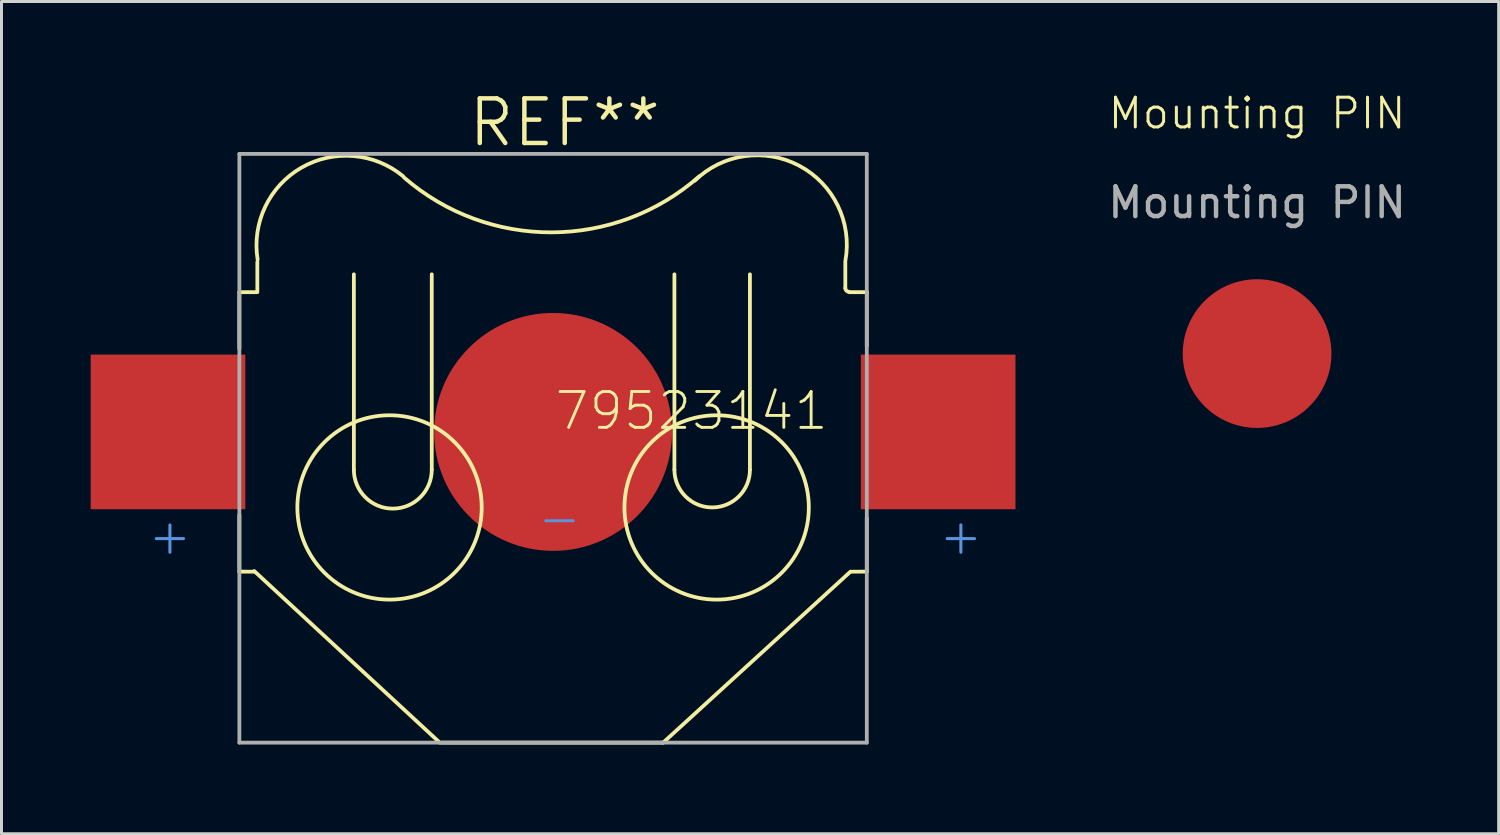
<source format=kicad_pcb>
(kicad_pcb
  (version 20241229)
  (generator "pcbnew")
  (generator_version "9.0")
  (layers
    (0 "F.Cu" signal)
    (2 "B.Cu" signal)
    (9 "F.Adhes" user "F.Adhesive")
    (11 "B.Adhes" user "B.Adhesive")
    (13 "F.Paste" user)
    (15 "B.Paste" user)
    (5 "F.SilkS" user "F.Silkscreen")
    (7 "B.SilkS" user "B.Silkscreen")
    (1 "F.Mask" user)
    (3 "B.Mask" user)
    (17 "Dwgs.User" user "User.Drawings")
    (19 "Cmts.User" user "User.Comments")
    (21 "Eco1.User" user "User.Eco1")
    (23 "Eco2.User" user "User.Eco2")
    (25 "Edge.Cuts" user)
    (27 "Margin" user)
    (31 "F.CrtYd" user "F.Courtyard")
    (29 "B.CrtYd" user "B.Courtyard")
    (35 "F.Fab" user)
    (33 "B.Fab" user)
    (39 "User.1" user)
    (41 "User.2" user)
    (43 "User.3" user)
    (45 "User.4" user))
  (footprint "79523141"
    (layer "F.Cu")
    (at 15.55 11.475)
    (property "Reference" "79523141" (at 0 0 0) (layer "F.SilkS") (effects (font (size 1.206 1.206) (thickness 0.097)) (justify left bottom)))
    (attr through_hole)
    (fp_line (start -10.55 -4.699) (end -10.55 -2.792) (stroke (width 0.127) (type solid)) (layer "F.SilkS"))
    (fp_line (start -10.55 -4.699) (end -9.95 -4.7) (stroke (width 0.127) (type solid)) (layer "F.SilkS"))
    (fp_line (start -10.55 4.699) (end -10.55 2.792) (stroke (width 0.127) (type solid)) (layer "F.SilkS"))
    (fp_line (start -10.55 4.699) (end -10.05 4.7) (stroke (width 0.127) (type solid)) (layer "F.SilkS"))
    (fp_line (start -10.05 4.68) (end -3.81 10.45) (stroke (width 0.127) (type solid)) (layer "F.SilkS"))
    (fp_line (start -9.946 -4.715) (end -9.946 -5.717) (stroke (width 0.127) (type solid)) (layer "F.SilkS"))
    (fp_line (start -6.7 1.27) (end -6.7 -5.3) (stroke (width 0.127) (type solid)) (layer "F.SilkS"))
    (fp_line (start -4.08 1.27) (end -4.08 -5.3) (stroke (width 0.127) (type solid)) (layer "F.SilkS"))
    (fp_line (start -3.75 10.45) (end 3.7 10.45) (stroke (width 0.127) (type solid)) (layer "F.SilkS"))
    (fp_line (start 4.08 1.27) (end 4.08 -5.3) (stroke (width 0.127) (type solid)) (layer "F.SilkS"))
    (fp_line (start 6.62 1.27) (end 6.62 -5.3) (stroke (width 0.127) (type solid)) (layer "F.SilkS"))
    (fp_line (start 9.828 -4.832) (end 9.828 -5.717) (stroke (width 0.127) (type solid)) (layer "F.SilkS"))
    (fp_line (start 9.95 -4.7) (end 10.55 -4.699) (stroke (width 0.127) (type solid)) (layer "F.SilkS"))
    (fp_line (start 10 4.7) (end 3.7 10.45) (stroke (width 0.127) (type solid)) (layer "F.SilkS"))
    (fp_line (start 10.05 4.7) (end 10.55 4.699) (stroke (width 0.127) (type solid)) (layer "F.SilkS"))
    (fp_line (start 10.55 -4.699) (end 10.55 -2.892) (stroke (width 0.127) (type solid)) (layer "F.SilkS"))
    (fp_line (start 10.55 4.699) (end 10.55 2.892) (stroke (width 0.127) (type solid)) (layer "F.SilkS"))
    (fp_arc (start -9.93574 -5.79259) (mid -8.462136 -8.887852) (end -5.046098 -8.60003) (stroke (width 0.127) (type solid)) (layer "F.SilkS"))
    (fp_arc (start -4.08 1.27) (mid -5.39 2.58) (end -6.7 1.27) (stroke (width 0.127) (type solid)) (layer "F.SilkS"))
    (fp_arc (start 4.764829 -8.448717) (mid 8.276572 -8.952918) (end 9.83199 -5.764309) (stroke (width 0.127) (type solid)) (layer "F.SilkS"))
    (fp_arc (start 4.91295 -8.592179) (mid -0.044127 -6.710445) (end -5.014309 -8.55729) (stroke (width 0.127) (type solid)) (layer "F.SilkS"))
    (fp_arc (start 6.62 1.27) (mid 5.35 2.54) (end 4.08 1.27) (stroke (width 0.127) (type solid)) (layer "F.SilkS"))
    (fp_arc (start 9.94619 -4.71475) (mid 9.862964 -4.749224) (end 9.82849 -4.83245) (stroke (width 0.127) (type solid)) (layer "F.SilkS"))
    (fp_circle (center -5.5 2.54) (end -2.4 2.54) (stroke (width 0.127) (type solid)) (fill no) (layer "F.SilkS"))
    (fp_circle (center 5.5 2.54) (end 8.6 2.54) (stroke (width 0.127) (type solid)) (fill no) (layer "F.SilkS"))
    (fp_line (start -10.55 -9.35) (end 10.55 -9.35) (stroke (width 0.127) (type solid)) (layer "F.Fab"))
    (fp_line (start -10.55 10.45) (end -10.55 -9.35) (stroke (width 0.127) (type solid)) (layer "F.Fab"))
    (fp_line (start 10.55 -9.35) (end 10.55 10.45) (stroke (width 0.127) (type solid)) (layer "F.Fab"))
    (fp_line (start 10.55 10.45) (end -10.55 10.45) (stroke (width 0.127) (type solid)) (layer "F.Fab"))
    (fp_text user "REF**" (at -2.921 -9.525 0) (layer "F.SilkS") (effects (font (size 1.5 1.5) (thickness 0.15)) (justify left bottom)))
    (fp_text user "+" (at -13.7 4.2 0) (layer "Cmts.User") (effects (font (size 1.206 1.206) (thickness 0.102)) (justify left bottom)))
    (fp_text user "+" (at 12.9 4.2 0) (layer "Cmts.User") (effects (font (size 1.206 1.206) (thickness 0.102)) (justify left bottom)))
    (fp_text user "-" (at -0.6 3.6 0) (layer "Cmts.User") (effects (font (size 1.206 1.206) (thickness 0.102)) (justify left bottom)))
    (pad "1" smd rect (at -12.95 0 180) (size 5.2 5.2) (layers "F.Cu" "F.Mask" "F.Paste"))
    (pad "1" smd rect (at 12.95 0) (size 5.2 5.2) (layers "F.Cu" "F.Mask" "F.Paste"))
    (pad "2" smd circle (at 0 0) (size 8 8) (layers "F.Cu" "F.Mask" "F.Paste")))
  (footprint "Mounting PIN"
    (layer "F.Cu")
    (at 39.225 8.841)
    (property "Reference" "Mounting PIN" (at 0 -8.08 0) (unlocked yes) (layer "F.SilkS") (effects (font (size 1 1) (thickness 0.1))))
    (attr smd)
    (fp_text user "${REFERENCE}" (at 0 -5.08 0) (unlocked yes) (layer "F.Fab") (effects (font (size 1 1) (thickness 0.15))))
    (pad "1" smd circle (at 0 0) (size 5 5) (layers "F.Cu" "F.Mask" "F.Paste")))
  (gr_rect
    (start -3 -3)
    (end 47.35 24.988)
    (stroke (width 0.1) (type default))
    (fill no)
    (layer "Edge.Cuts")))
</source>
